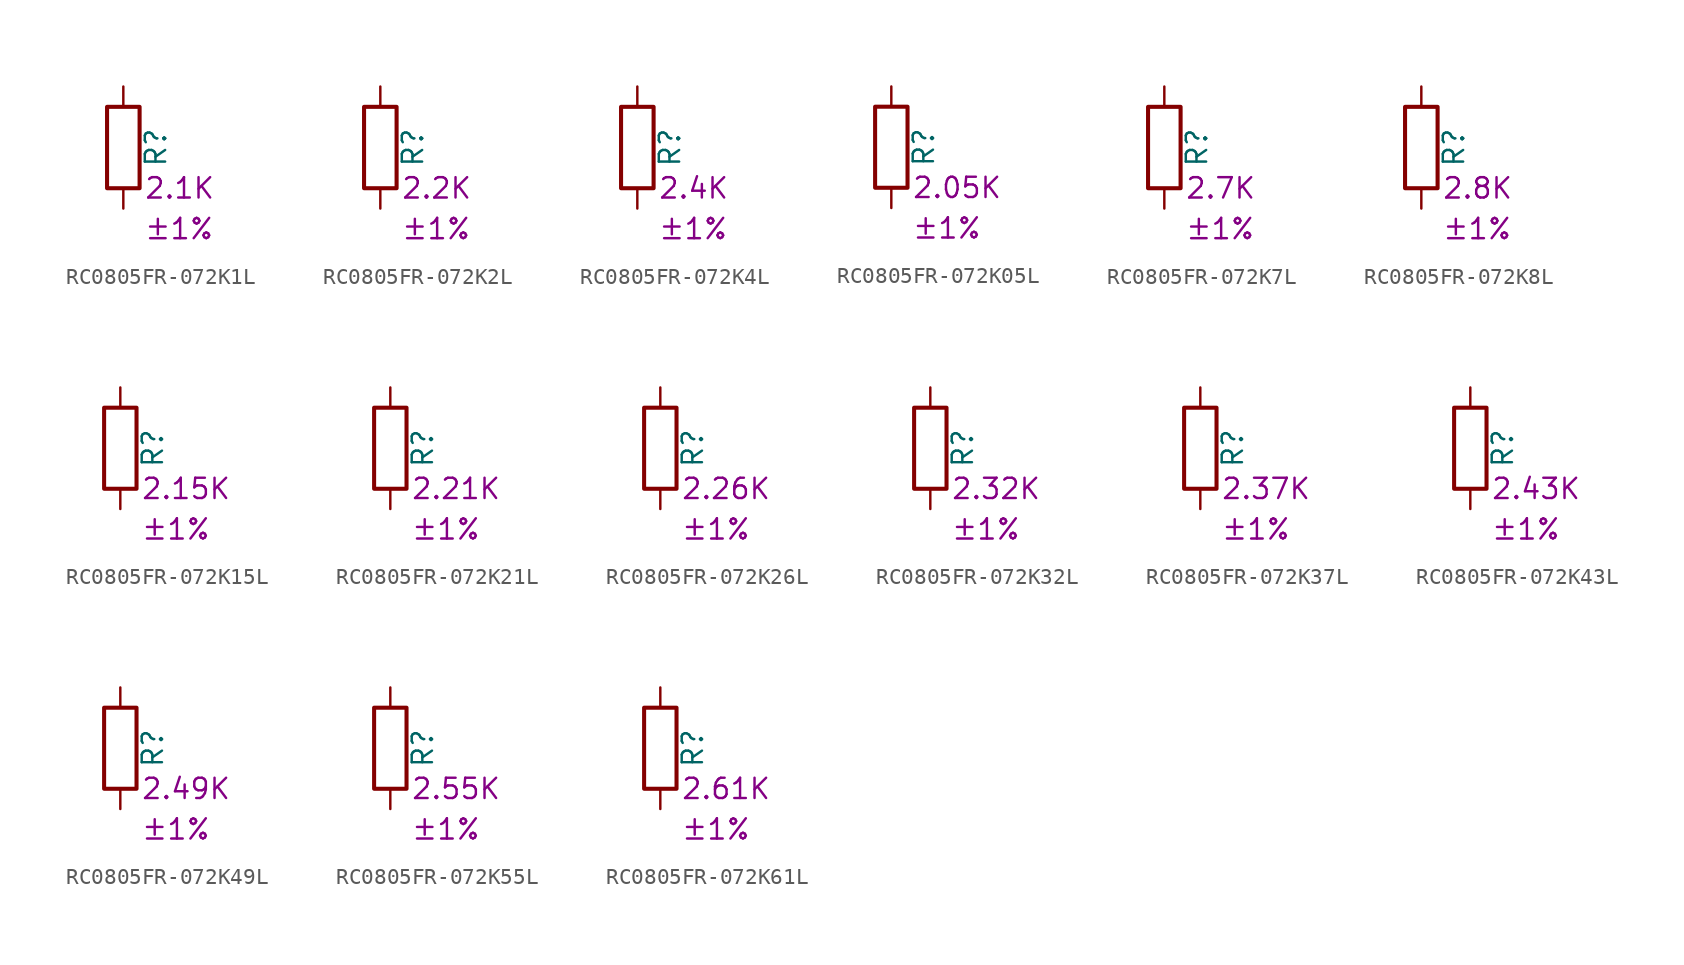
<source format=kicad_sym>
(kicad_symbol_lib
  (version 20220914)
  (generator kicad_symbol_editor)
  (symbol "RC0805FR-072K1L"
    (pin_numbers hide)
    (pin_names
      (offset 0))
    (property "Reference" "R"
      (at 2.032 0 90)
      (effects (font (size 1.27 1.27))))
    (property "Resistance" "2.1K"
      (at 1.27 -2.54 0)
      (effects (font (size 1.27 1.27)) (justify left)))
    (property "Tolerance" "±1%"
      (at 1.27 -5.08 0)
      (effects (font (size 1.27 1.27)) (justify left)))
    (symbol "RC0805FR-072K1L_0_1"
      (rectangle (start -1.016 -2.54) (end 1.016 2.54) (stroke (width 0.254) (type default)) (fill (type none))))
    (symbol "RC0805FR-072K1L_1_1"
      (pin passive line (at 0 3.81 270) (length 1.27) (name "~" (effects (font (size 1.27 1.27)))) (number "1" (effects (font (size 1.27 1.27)))))
      (pin passive line (at 0 -3.81 90) (length 1.27) (name "~" (effects (font (size 1.27 1.27)))) (number "2" (effects (font (size 1.27 1.27)))))))
  (symbol "RC0805FR-072K2L"
    (pin_numbers hide)
    (pin_names
      (offset 0))
    (property "Reference" "R"
      (at 2.032 0 90)
      (effects (font (size 1.27 1.27))))
    (property "Resistance" "2.2K"
      (at 1.27 -2.54 0)
      (effects (font (size 1.27 1.27)) (justify left)))
    (property "Tolerance" "±1%"
      (at 1.27 -5.08 0)
      (effects (font (size 1.27 1.27)) (justify left)))
    (symbol "RC0805FR-072K2L_0_1"
      (rectangle (start -1.016 -2.54) (end 1.016 2.54) (stroke (width 0.254) (type default)) (fill (type none))))
    (symbol "RC0805FR-072K2L_1_1"
      (pin passive line (at 0 3.81 270) (length 1.27) (name "~" (effects (font (size 1.27 1.27)))) (number "1" (effects (font (size 1.27 1.27)))))
      (pin passive line (at 0 -3.81 90) (length 1.27) (name "~" (effects (font (size 1.27 1.27)))) (number "2" (effects (font (size 1.27 1.27)))))))
  (symbol "RC0805FR-072K4L"
    (pin_numbers hide)
    (pin_names
      (offset 0))
    (property "Reference" "R"
      (at 2.032 0 90)
      (effects (font (size 1.27 1.27))))
    (property "Resistance" "2.4K"
      (at 1.27 -2.54 0)
      (effects (font (size 1.27 1.27)) (justify left)))
    (property "Tolerance" "±1%"
      (at 1.27 -5.08 0)
      (effects (font (size 1.27 1.27)) (justify left)))
    (symbol "RC0805FR-072K4L_0_1"
      (rectangle (start -1.016 -2.54) (end 1.016 2.54) (stroke (width 0.254) (type default)) (fill (type none))))
    (symbol "RC0805FR-072K4L_1_1"
      (pin passive line (at 0 3.81 270) (length 1.27) (name "~" (effects (font (size 1.27 1.27)))) (number "1" (effects (font (size 1.27 1.27)))))
      (pin passive line (at 0 -3.81 90) (length 1.27) (name "~" (effects (font (size 1.27 1.27)))) (number "2" (effects (font (size 1.27 1.27)))))))
  (symbol "RC0805FR-072K05L"
    (pin_numbers hide)
    (pin_names
      (offset 0))
    (property "Reference" "R"
      (at 2.032 0 90)
      (effects (font (size 1.27 1.27))))
    (property "Resistance" "2.05K"
      (at 1.27 -2.54 0)
      (effects (font (size 1.27 1.27)) (justify left)))
    (property "Tolerance" "±1%"
      (at 1.27 -5.08 0)
      (effects (font (size 1.27 1.27)) (justify left)))
    (symbol "RC0805FR-072K05L_0_1"
      (rectangle (start -1.016 -2.54) (end 1.016 2.54) (stroke (width 0.254) (type default)) (fill (type none))))
    (symbol "RC0805FR-072K05L_1_1"
      (pin passive line (at 0 3.81 270) (length 1.27) (name "~" (effects (font (size 1.27 1.27)))) (number "1" (effects (font (size 1.27 1.27)))))
      (pin passive line (at 0 -3.81 90) (length 1.27) (name "~" (effects (font (size 1.27 1.27)))) (number "2" (effects (font (size 1.27 1.27)))))))
  (symbol "RC0805FR-072K7L"
    (pin_numbers hide)
    (pin_names
      (offset 0))
    (property "Reference" "R"
      (at 2.032 0 90)
      (effects (font (size 1.27 1.27))))
    (property "Resistance" "2.7K"
      (at 1.27 -2.54 0)
      (effects (font (size 1.27 1.27)) (justify left)))
    (property "Tolerance" "±1%"
      (at 1.27 -5.08 0)
      (effects (font (size 1.27 1.27)) (justify left)))
    (symbol "RC0805FR-072K7L_0_1"
      (rectangle (start -1.016 -2.54) (end 1.016 2.54) (stroke (width 0.254) (type default)) (fill (type none))))
    (symbol "RC0805FR-072K7L_1_1"
      (pin passive line (at 0 3.81 270) (length 1.27) (name "~" (effects (font (size 1.27 1.27)))) (number "1" (effects (font (size 1.27 1.27)))))
      (pin passive line (at 0 -3.81 90) (length 1.27) (name "~" (effects (font (size 1.27 1.27)))) (number "2" (effects (font (size 1.27 1.27)))))))
  (symbol "RC0805FR-072K8L"
    (pin_numbers hide)
    (pin_names
      (offset 0))
    (property "Reference" "R"
      (at 2.032 0 90)
      (effects (font (size 1.27 1.27))))
    (property "Resistance" "2.8K"
      (at 1.27 -2.54 0)
      (effects (font (size 1.27 1.27)) (justify left)))
    (property "Tolerance" "±1%"
      (at 1.27 -5.08 0)
      (effects (font (size 1.27 1.27)) (justify left)))
    (symbol "RC0805FR-072K8L_0_1"
      (rectangle (start -1.016 -2.54) (end 1.016 2.54) (stroke (width 0.254) (type default)) (fill (type none))))
    (symbol "RC0805FR-072K8L_1_1"
      (pin passive line (at 0 3.81 270) (length 1.27) (name "~" (effects (font (size 1.27 1.27)))) (number "1" (effects (font (size 1.27 1.27)))))
      (pin passive line (at 0 -3.81 90) (length 1.27) (name "~" (effects (font (size 1.27 1.27)))) (number "2" (effects (font (size 1.27 1.27)))))))
  (symbol "RC0805FR-072K15L"
    (pin_numbers hide)
    (pin_names
      (offset 0))
    (property "Reference" "R"
      (at 2.032 0 90)
      (effects (font (size 1.27 1.27))))
    (property "Resistance" "2.15K"
      (at 1.27 -2.54 0)
      (effects (font (size 1.27 1.27)) (justify left)))
    (property "Tolerance" "±1%"
      (at 1.27 -5.08 0)
      (effects (font (size 1.27 1.27)) (justify left)))
    (symbol "RC0805FR-072K15L_0_1"
      (rectangle (start -1.016 -2.54) (end 1.016 2.54) (stroke (width 0.254) (type default)) (fill (type none))))
    (symbol "RC0805FR-072K15L_1_1"
      (pin passive line (at 0 3.81 270) (length 1.27) (name "~" (effects (font (size 1.27 1.27)))) (number "1" (effects (font (size 1.27 1.27)))))
      (pin passive line (at 0 -3.81 90) (length 1.27) (name "~" (effects (font (size 1.27 1.27)))) (number "2" (effects (font (size 1.27 1.27)))))))
  (symbol "RC0805FR-072K21L"
    (pin_numbers hide)
    (pin_names
      (offset 0))
    (property "Reference" "R"
      (at 2.032 0 90)
      (effects (font (size 1.27 1.27))))
    (property "Resistance" "2.21K"
      (at 1.27 -2.54 0)
      (effects (font (size 1.27 1.27)) (justify left)))
    (property "Tolerance" "±1%"
      (at 1.27 -5.08 0)
      (effects (font (size 1.27 1.27)) (justify left)))
    (symbol "RC0805FR-072K21L_0_1"
      (rectangle (start -1.016 -2.54) (end 1.016 2.54) (stroke (width 0.254) (type default)) (fill (type none))))
    (symbol "RC0805FR-072K21L_1_1"
      (pin passive line (at 0 3.81 270) (length 1.27) (name "~" (effects (font (size 1.27 1.27)))) (number "1" (effects (font (size 1.27 1.27)))))
      (pin passive line (at 0 -3.81 90) (length 1.27) (name "~" (effects (font (size 1.27 1.27)))) (number "2" (effects (font (size 1.27 1.27)))))))
  (symbol "RC0805FR-072K26L"
    (pin_numbers hide)
    (pin_names
      (offset 0))
    (property "Reference" "R"
      (at 2.032 0 90)
      (effects (font (size 1.27 1.27))))
    (property "Resistance" "2.26K"
      (at 1.27 -2.54 0)
      (effects (font (size 1.27 1.27)) (justify left)))
    (property "Tolerance" "±1%"
      (at 1.27 -5.08 0)
      (effects (font (size 1.27 1.27)) (justify left)))
    (symbol "RC0805FR-072K26L_0_1"
      (rectangle (start -1.016 -2.54) (end 1.016 2.54) (stroke (width 0.254) (type default)) (fill (type none))))
    (symbol "RC0805FR-072K26L_1_1"
      (pin passive line (at 0 3.81 270) (length 1.27) (name "~" (effects (font (size 1.27 1.27)))) (number "1" (effects (font (size 1.27 1.27)))))
      (pin passive line (at 0 -3.81 90) (length 1.27) (name "~" (effects (font (size 1.27 1.27)))) (number "2" (effects (font (size 1.27 1.27)))))))
  (symbol "RC0805FR-072K32L"
    (pin_numbers hide)
    (pin_names
      (offset 0))
    (property "Reference" "R"
      (at 2.032 0 90)
      (effects (font (size 1.27 1.27))))
    (property "Resistance" "2.32K"
      (at 1.27 -2.54 0)
      (effects (font (size 1.27 1.27)) (justify left)))
    (property "Tolerance" "±1%"
      (at 1.27 -5.08 0)
      (effects (font (size 1.27 1.27)) (justify left)))
    (symbol "RC0805FR-072K32L_0_1"
      (rectangle (start -1.016 -2.54) (end 1.016 2.54) (stroke (width 0.254) (type default)) (fill (type none))))
    (symbol "RC0805FR-072K32L_1_1"
      (pin passive line (at 0 3.81 270) (length 1.27) (name "~" (effects (font (size 1.27 1.27)))) (number "1" (effects (font (size 1.27 1.27)))))
      (pin passive line (at 0 -3.81 90) (length 1.27) (name "~" (effects (font (size 1.27 1.27)))) (number "2" (effects (font (size 1.27 1.27)))))))
  (symbol "RC0805FR-072K37L"
    (pin_numbers hide)
    (pin_names
      (offset 0))
    (property "Reference" "R"
      (at 2.032 0 90)
      (effects (font (size 1.27 1.27))))
    (property "Resistance" "2.37K"
      (at 1.27 -2.54 0)
      (effects (font (size 1.27 1.27)) (justify left)))
    (property "Tolerance" "±1%"
      (at 1.27 -5.08 0)
      (effects (font (size 1.27 1.27)) (justify left)))
    (symbol "RC0805FR-072K37L_0_1"
      (rectangle (start -1.016 -2.54) (end 1.016 2.54) (stroke (width 0.254) (type default)) (fill (type none))))
    (symbol "RC0805FR-072K37L_1_1"
      (pin passive line (at 0 3.81 270) (length 1.27) (name "~" (effects (font (size 1.27 1.27)))) (number "1" (effects (font (size 1.27 1.27)))))
      (pin passive line (at 0 -3.81 90) (length 1.27) (name "~" (effects (font (size 1.27 1.27)))) (number "2" (effects (font (size 1.27 1.27)))))))
  (symbol "RC0805FR-072K43L"
    (pin_numbers hide)
    (pin_names
      (offset 0))
    (property "Reference" "R"
      (at 2.032 0 90)
      (effects (font (size 1.27 1.27))))
    (property "Resistance" "2.43K"
      (at 1.27 -2.54 0)
      (effects (font (size 1.27 1.27)) (justify left)))
    (property "Tolerance" "±1%"
      (at 1.27 -5.08 0)
      (effects (font (size 1.27 1.27)) (justify left)))
    (symbol "RC0805FR-072K43L_0_1"
      (rectangle (start -1.016 -2.54) (end 1.016 2.54) (stroke (width 0.254) (type default)) (fill (type none))))
    (symbol "RC0805FR-072K43L_1_1"
      (pin passive line (at 0 3.81 270) (length 1.27) (name "~" (effects (font (size 1.27 1.27)))) (number "1" (effects (font (size 1.27 1.27)))))
      (pin passive line (at 0 -3.81 90) (length 1.27) (name "~" (effects (font (size 1.27 1.27)))) (number "2" (effects (font (size 1.27 1.27)))))))
  (symbol "RC0805FR-072K49L"
    (pin_numbers hide)
    (pin_names
      (offset 0))
    (property "Reference" "R"
      (at 2.032 0 90)
      (effects (font (size 1.27 1.27))))
    (property "Resistance" "2.49K"
      (at 1.27 -2.54 0)
      (effects (font (size 1.27 1.27)) (justify left)))
    (property "Tolerance" "±1%"
      (at 1.27 -5.08 0)
      (effects (font (size 1.27 1.27)) (justify left)))
    (symbol "RC0805FR-072K49L_0_1"
      (rectangle (start -1.016 -2.54) (end 1.016 2.54) (stroke (width 0.254) (type default)) (fill (type none))))
    (symbol "RC0805FR-072K49L_1_1"
      (pin passive line (at 0 3.81 270) (length 1.27) (name "~" (effects (font (size 1.27 1.27)))) (number "1" (effects (font (size 1.27 1.27)))))
      (pin passive line (at 0 -3.81 90) (length 1.27) (name "~" (effects (font (size 1.27 1.27)))) (number "2" (effects (font (size 1.27 1.27)))))))
  (symbol "RC0805FR-072K55L"
    (pin_numbers hide)
    (pin_names
      (offset 0))
    (property "Reference" "R"
      (at 2.032 0 90)
      (effects (font (size 1.27 1.27))))
    (property "Resistance" "2.55K"
      (at 1.27 -2.54 0)
      (effects (font (size 1.27 1.27)) (justify left)))
    (property "Tolerance" "±1%"
      (at 1.27 -5.08 0)
      (effects (font (size 1.27 1.27)) (justify left)))
    (symbol "RC0805FR-072K55L_0_1"
      (rectangle (start -1.016 -2.54) (end 1.016 2.54) (stroke (width 0.254) (type default)) (fill (type none))))
    (symbol "RC0805FR-072K55L_1_1"
      (pin passive line (at 0 3.81 270) (length 1.27) (name "~" (effects (font (size 1.27 1.27)))) (number "1" (effects (font (size 1.27 1.27)))))
      (pin passive line (at 0 -3.81 90) (length 1.27) (name "~" (effects (font (size 1.27 1.27)))) (number "2" (effects (font (size 1.27 1.27)))))))
  (symbol "RC0805FR-072K61L"
    (pin_numbers hide)
    (pin_names
      (offset 0))
    (property "Reference" "R"
      (at 2.032 0 90)
      (effects (font (size 1.27 1.27))))
    (property "Resistance" "2.61K"
      (at 1.27 -2.54 0)
      (effects (font (size 1.27 1.27)) (justify left)))
    (property "Tolerance" "±1%"
      (at 1.27 -5.08 0)
      (effects (font (size 1.27 1.27)) (justify left)))
    (symbol "RC0805FR-072K61L_0_1"
      (rectangle (start -1.016 -2.54) (end 1.016 2.54) (stroke (width 0.254) (type default)) (fill (type none))))
    (symbol "RC0805FR-072K61L_1_1"
      (pin passive line (at 0 3.81 270) (length 1.27) (name "~" (effects (font (size 1.27 1.27)))) (number "1" (effects (font (size 1.27 1.27)))))
      (pin passive line (at 0 -3.81 90) (length 1.27) (name "~" (effects (font (size 1.27 1.27)))) (number "2" (effects (font (size 1.27 1.27))))))))
</source>
